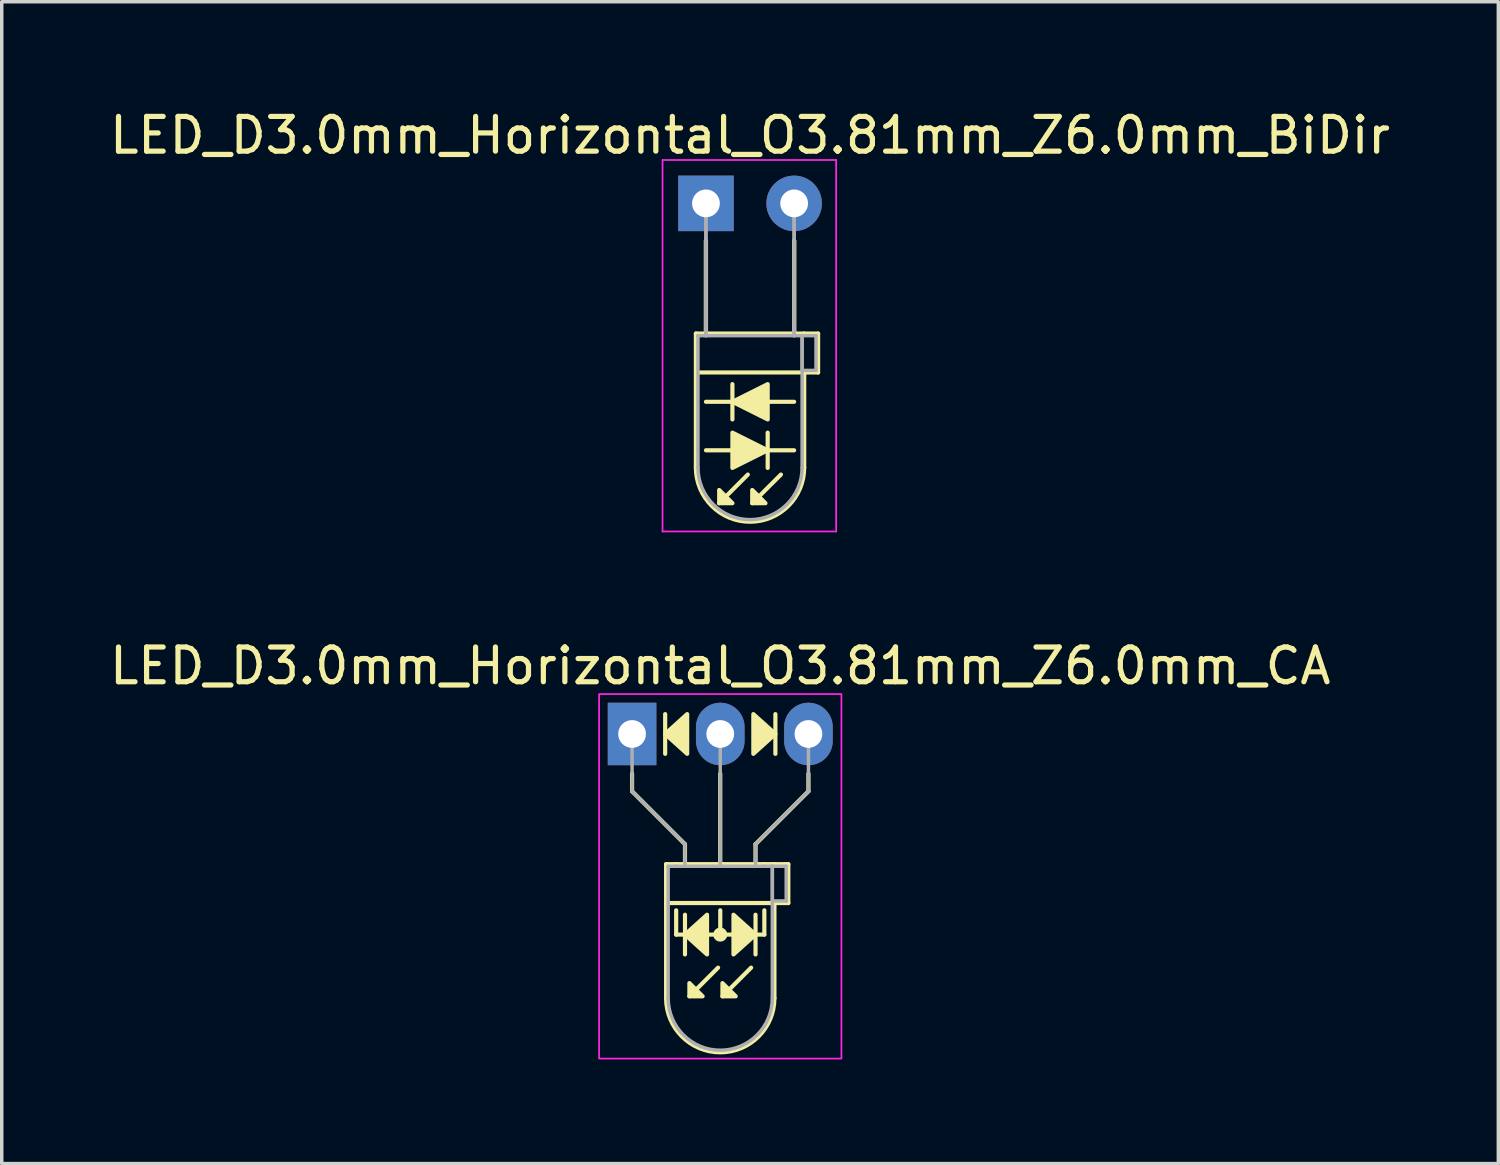
<source format=kicad_pcb>
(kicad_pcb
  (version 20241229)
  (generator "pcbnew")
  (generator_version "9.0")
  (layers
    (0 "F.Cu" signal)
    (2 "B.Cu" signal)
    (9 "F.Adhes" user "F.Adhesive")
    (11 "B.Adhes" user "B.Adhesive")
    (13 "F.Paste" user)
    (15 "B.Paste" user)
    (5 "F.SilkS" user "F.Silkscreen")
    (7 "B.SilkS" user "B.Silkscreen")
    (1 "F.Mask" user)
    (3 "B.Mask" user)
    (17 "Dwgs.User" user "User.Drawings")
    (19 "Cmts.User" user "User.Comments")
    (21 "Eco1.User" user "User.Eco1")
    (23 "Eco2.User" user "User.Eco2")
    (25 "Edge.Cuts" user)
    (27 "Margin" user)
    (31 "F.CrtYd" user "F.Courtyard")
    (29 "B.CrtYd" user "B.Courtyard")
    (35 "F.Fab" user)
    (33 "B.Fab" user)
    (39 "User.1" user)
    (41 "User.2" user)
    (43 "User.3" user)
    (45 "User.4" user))
  (footprint "LED_D3.0mm_Horizontal_O3.81mm_Z6.0mm_BiDir"
    (layer "F.Cu")
    (at 17.284 2.808)
    (property "Reference" "LED_D3.0mm_Horizontal_O3.81mm_Z6.0mm_BiDir" (at 1.27 -1.96 0) (layer "F.SilkS") (effects (font (size 1 1) (thickness 0.15))))
    (fp_line (start -0.29 3.75) (end -0.29 7.61) (stroke (width 0.12) (type solid)) (layer "F.SilkS"))
    (fp_line (start -0.29 3.75) (end 2.83 3.75) (stroke (width 0.12) (type solid)) (layer "F.SilkS"))
    (fp_line (start 0 1.08) (end 0 1.08) (stroke (width 0.12) (type solid)) (layer "F.SilkS"))
    (fp_line (start 0 1.08) (end 0 3.75) (stroke (width 0.12) (type solid)) (layer "F.SilkS"))
    (fp_line (start 0 3.75) (end 0 1.08) (stroke (width 0.12) (type solid)) (layer "F.SilkS"))
    (fp_line (start 0 3.75) (end 0 3.75) (stroke (width 0.12) (type solid)) (layer "F.SilkS"))
    (fp_line (start 0 7.112) (end 2.54 7.112) (stroke (width 0.12) (type solid)) (layer "F.SilkS"))
    (fp_line (start 0.762 5.207) (end 0.762 6.223) (stroke (width 0.12) (type solid)) (layer "F.SilkS"))
    (fp_line (start 1.206 7.811) (end 0.381 8.636) (stroke (width 0.12) (type solid)) (layer "F.SilkS"))
    (fp_line (start 1.778 7.62) (end 1.778 6.604) (stroke (width 0.12) (type solid)) (layer "F.SilkS"))
    (fp_line (start 2.159 7.811) (end 1.333 8.636) (stroke (width 0.12) (type solid)) (layer "F.SilkS"))
    (fp_line (start 2.54 1.08) (end 2.54 1.08) (stroke (width 0.12) (type solid)) (layer "F.SilkS"))
    (fp_line (start 2.54 1.08) (end 2.54 3.75) (stroke (width 0.12) (type solid)) (layer "F.SilkS"))
    (fp_line (start 2.54 3.75) (end 2.54 1.08) (stroke (width 0.12) (type solid)) (layer "F.SilkS"))
    (fp_line (start 2.54 3.75) (end 2.54 3.75) (stroke (width 0.12) (type solid)) (layer "F.SilkS"))
    (fp_line (start 2.54 5.715) (end 0 5.715) (stroke (width 0.12) (type solid)) (layer "F.SilkS"))
    (fp_line (start 2.83 3.75) (end 3.23 3.75) (stroke (width 0.12) (type solid)) (layer "F.SilkS"))
    (fp_line (start 2.83 4.87) (end 2.83 7.61) (stroke (width 0.12) (type solid)) (layer "F.SilkS"))
    (fp_line (start 3.23 3.75) (end 3.23 4.87) (stroke (width 0.12) (type solid)) (layer "F.SilkS"))
    (fp_line (start 3.23 4.87) (end -0.254 4.87) (stroke (width 0.12) (type solid)) (layer "F.SilkS"))
    (fp_arc (start 2.83 7.61) (mid 1.27 9.17) (end -0.29 7.61) (stroke (width 0.12) (type solid)) (layer "F.SilkS"))
    (fp_poly (pts (xy 0.381 8.255) (xy 0.762 8.636) (xy 0.381 8.636)) (stroke (width 0.12) (type solid)) (fill yes) (layer "F.SilkS"))
    (fp_poly (pts (xy 0.762 6.604) (xy 1.778 7.112) (xy 0.762 7.62)) (stroke (width 0.12) (type solid)) (fill yes) (layer "F.SilkS"))
    (fp_poly (pts (xy 1.333 8.255) (xy 1.714 8.636) (xy 1.333 8.636)) (stroke (width 0.12) (type solid)) (fill yes) (layer "F.SilkS"))
    (fp_poly (pts (xy 1.778 6.223) (xy 0.762 5.715) (xy 1.778 5.207)) (stroke (width 0.12) (type solid)) (fill yes) (layer "F.SilkS"))
    (fp_line (start -1.25 -1.25) (end -1.25 9.45) (stroke (width 0.05) (type solid)) (layer "F.CrtYd"))
    (fp_line (start -1.25 9.45) (end 3.75 9.45) (stroke (width 0.05) (type solid)) (layer "F.CrtYd"))
    (fp_line (start 3.75 -1.25) (end -1.25 -1.25) (stroke (width 0.05) (type solid)) (layer "F.CrtYd"))
    (fp_line (start 3.75 9.45) (end 3.75 -1.25) (stroke (width 0.05) (type solid)) (layer "F.CrtYd"))
    (fp_line (start -0.23 3.81) (end -0.23 7.61) (stroke (width 0.1) (type solid)) (layer "F.Fab"))
    (fp_line (start -0.23 3.81) (end 2.77 3.81) (stroke (width 0.1) (type solid)) (layer "F.Fab"))
    (fp_line (start 0 0) (end 0 0) (stroke (width 0.1) (type solid)) (layer "F.Fab"))
    (fp_line (start 0 0) (end 0 3.81) (stroke (width 0.1) (type solid)) (layer "F.Fab"))
    (fp_line (start 0 3.81) (end 0 0) (stroke (width 0.1) (type solid)) (layer "F.Fab"))
    (fp_line (start 0 3.81) (end 0 3.81) (stroke (width 0.1) (type solid)) (layer "F.Fab"))
    (fp_line (start 2.54 0) (end 2.54 0) (stroke (width 0.1) (type solid)) (layer "F.Fab"))
    (fp_line (start 2.54 0) (end 2.54 3.81) (stroke (width 0.1) (type solid)) (layer "F.Fab"))
    (fp_line (start 2.54 3.81) (end 2.54 0) (stroke (width 0.1) (type solid)) (layer "F.Fab"))
    (fp_line (start 2.54 3.81) (end 2.54 3.81) (stroke (width 0.1) (type solid)) (layer "F.Fab"))
    (fp_line (start 2.77 3.81) (end 2.77 7.61) (stroke (width 0.1) (type solid)) (layer "F.Fab"))
    (fp_line (start 2.77 3.81) (end 3.17 3.81) (stroke (width 0.1) (type solid)) (layer "F.Fab"))
    (fp_line (start 2.77 4.81) (end 2.77 3.81) (stroke (width 0.1) (type solid)) (layer "F.Fab"))
    (fp_line (start 3.17 3.81) (end 3.17 4.81) (stroke (width 0.1) (type solid)) (layer "F.Fab"))
    (fp_line (start 3.17 4.81) (end 2.77 4.81) (stroke (width 0.1) (type solid)) (layer "F.Fab"))
    (fp_arc (start 2.77 7.61) (mid 1.27 9.11) (end -0.23 7.61) (stroke (width 0.1) (type solid)) (layer "F.Fab"))
    (pad "1" thru_hole rect (at 0 0) (size 1.6 1.6) (drill 0.8) (layers "*.Cu" "*.Mask"))
    (pad "2" thru_hole circle (at 2.54 0) (size 1.6 1.6) (drill 0.8) (layers "*.Cu" "*.Mask")))
  (footprint "LED_D3.0mm_Horizontal_O3.81mm_Z6.0mm_CA"
    (layer "F.Cu")
    (at 15.156 18.091)
    (property "Reference" "LED_D3.0mm_Horizontal_O3.81mm_Z6.0mm_CA" (at 2.54 -1.96 0) (layer "F.SilkS") (effects (font (size 1 1) (thickness 0.15))))
    (fp_line (start 0 1.143) (end 0 1.651) (stroke (width 0.12) (type default)) (layer "F.SilkS"))
    (fp_line (start 0 1.651) (end 1.524 3.175) (stroke (width 0.12) (type default)) (layer "F.SilkS"))
    (fp_line (start 0.953 -0.572) (end 0.953 0.572) (stroke (width 0.12) (type solid)) (layer "F.SilkS"))
    (fp_line (start 0.98 3.75) (end 0.98 7.61) (stroke (width 0.12) (type solid)) (layer "F.SilkS"))
    (fp_line (start 0.98 3.75) (end 4.1 3.75) (stroke (width 0.12) (type solid)) (layer "F.SilkS"))
    (fp_line (start 1.27 3.75) (end 1.27 3.75) (stroke (width 0.12) (type solid)) (layer "F.SilkS"))
    (fp_line (start 1.27 5.779) (end 1.27 5.08) (stroke (width 0.12) (type default)) (layer "F.SilkS"))
    (fp_line (start 1.524 3.175) (end 1.524 3.683) (stroke (width 0.12) (type default)) (layer "F.SilkS"))
    (fp_line (start 1.524 5.207) (end 1.524 6.35) (stroke (width 0.12) (type solid)) (layer "F.SilkS"))
    (fp_line (start 2.477 6.731) (end 1.651 7.556) (stroke (width 0.12) (type solid)) (layer "F.SilkS"))
    (fp_line (start 2.54 3.75) (end 2.54 1.143) (stroke (width 0.12) (type default)) (layer "F.SilkS"))
    (fp_line (start 2.54 5.779) (end 2.54 5.08) (stroke (width 0.12) (type default)) (layer "F.SilkS"))
    (fp_line (start 3.429 6.731) (end 2.603 7.556) (stroke (width 0.12) (type solid)) (layer "F.SilkS"))
    (fp_line (start 3.556 3.175) (end 3.556 3.683) (stroke (width 0.12) (type default)) (layer "F.SilkS"))
    (fp_line (start 3.556 6.35) (end 3.556 5.207) (stroke (width 0.12) (type solid)) (layer "F.SilkS"))
    (fp_line (start 3.81 3.75) (end 3.81 3.75) (stroke (width 0.12) (type solid)) (layer "F.SilkS"))
    (fp_line (start 3.81 5.779) (end 1.27 5.779) (stroke (width 0.12) (type default)) (layer "F.SilkS"))
    (fp_line (start 3.81 5.779) (end 3.81 5.08) (stroke (width 0.12) (type default)) (layer "F.SilkS"))
    (fp_line (start 4.1 3.75) (end 4.5 3.75) (stroke (width 0.12) (type solid)) (layer "F.SilkS"))
    (fp_line (start 4.1 4.87) (end 4.1 7.61) (stroke (width 0.12) (type solid)) (layer "F.SilkS"))
    (fp_line (start 4.128 0.572) (end 4.128 -0.572) (stroke (width 0.12) (type solid)) (layer "F.SilkS"))
    (fp_line (start 4.5 3.75) (end 4.5 4.87) (stroke (width 0.12) (type solid)) (layer "F.SilkS"))
    (fp_line (start 4.5 4.87) (end 1.016 4.87) (stroke (width 0.12) (type solid)) (layer "F.SilkS"))
    (fp_line (start 5.08 1.143) (end 5.08 1.651) (stroke (width 0.12) (type default)) (layer "F.SilkS"))
    (fp_line (start 5.08 1.651) (end 3.556 3.175) (stroke (width 0.12) (type default)) (layer "F.SilkS"))
    (fp_arc (start 4.1 7.61) (mid 2.54 9.17) (end 0.98 7.61) (stroke (width 0.12) (type solid)) (layer "F.SilkS"))
    (fp_circle (center 2.54 5.779) (end 2.682 5.779) (stroke (width 0.12) (type solid)) (fill yes) (layer "F.SilkS"))
    (fp_poly (pts (xy 1.587 0.572) (xy 0.953 0) (xy 1.587 -0.572)) (stroke (width 0.12) (type solid)) (fill yes) (layer "F.SilkS"))
    (fp_poly (pts (xy 1.651 7.176) (xy 2.032 7.556) (xy 1.651 7.556)) (stroke (width 0.12) (type solid)) (fill yes) (layer "F.SilkS"))
    (fp_poly (pts (xy 2.159 6.35) (xy 1.524 5.779) (xy 2.159 5.207)) (stroke (width 0.12) (type solid)) (fill yes) (layer "F.SilkS"))
    (fp_poly (pts (xy 2.603 7.176) (xy 2.985 7.556) (xy 2.603 7.556)) (stroke (width 0.12) (type solid)) (fill yes) (layer "F.SilkS"))
    (fp_poly (pts (xy 2.921 5.207) (xy 3.556 5.779) (xy 2.921 6.35)) (stroke (width 0.12) (type solid)) (fill yes) (layer "F.SilkS"))
    (fp_poly (pts (xy 3.493 -0.572) (xy 4.128 0) (xy 3.493 0.572)) (stroke (width 0.12) (type solid)) (fill yes) (layer "F.SilkS"))
    (fp_rect (start -0.95 -1.15) (end 6.03 9.35) (stroke (width 0.05) (type default)) (fill no) (layer "F.CrtYd"))
    (fp_line (start 0 0) (end 0 0) (stroke (width 0.1) (type solid)) (layer "F.Fab"))
    (fp_line (start 0 1.651) (end 0 0) (stroke (width 0.1) (type default)) (layer "F.Fab"))
    (fp_line (start 1.04 3.81) (end 1.04 7.61) (stroke (width 0.1) (type solid)) (layer "F.Fab"))
    (fp_line (start 1.04 3.81) (end 4.04 3.81) (stroke (width 0.1) (type solid)) (layer "F.Fab"))
    (fp_line (start 1.27 3.81) (end 1.27 3.81) (stroke (width 0.1) (type solid)) (layer "F.Fab"))
    (fp_line (start 1.524 3.175) (end 0 1.651) (stroke (width 0.1) (type default)) (layer "F.Fab"))
    (fp_line (start 1.524 3.81) (end 1.524 3.175) (stroke (width 0.1) (type default)) (layer "F.Fab"))
    (fp_line (start 2.54 0) (end 2.54 0) (stroke (width 0.1) (type solid)) (layer "F.Fab"))
    (fp_line (start 2.54 0) (end 2.54 3.81) (stroke (width 0.1) (type default)) (layer "F.Fab"))
    (fp_line (start 3.556 3.175) (end 5.08 1.651) (stroke (width 0.1) (type default)) (layer "F.Fab"))
    (fp_line (start 3.556 3.81) (end 3.556 3.175) (stroke (width 0.1) (type default)) (layer "F.Fab"))
    (fp_line (start 3.81 3.81) (end 3.81 3.81) (stroke (width 0.1) (type solid)) (layer "F.Fab"))
    (fp_line (start 4.04 3.81) (end 4.04 7.61) (stroke (width 0.1) (type solid)) (layer "F.Fab"))
    (fp_line (start 4.04 3.81) (end 4.44 3.81) (stroke (width 0.1) (type solid)) (layer "F.Fab"))
    (fp_line (start 4.04 4.81) (end 4.04 3.81) (stroke (width 0.1) (type solid)) (layer "F.Fab"))
    (fp_line (start 4.44 3.81) (end 4.44 4.81) (stroke (width 0.1) (type solid)) (layer "F.Fab"))
    (fp_line (start 4.44 4.81) (end 4.04 4.81) (stroke (width 0.1) (type solid)) (layer "F.Fab"))
    (fp_line (start 5.08 1.651) (end 5.08 0) (stroke (width 0.1) (type default)) (layer "F.Fab"))
    (fp_arc (start 4.04 7.61) (mid 2.54 9.11) (end 1.04 7.61) (stroke (width 0.1) (type solid)) (layer "F.Fab"))
    (pad "1" thru_hole rect (at 0 0) (size 1.4 1.8) (drill 0.8) (layers "*.Cu" "*.Mask"))
    (pad "2" thru_hole oval (at 2.54 0) (size 1.4 1.8) (drill 0.8) (layers "*.Cu" "*.Mask"))
    (pad "3" thru_hole oval (at 5.08 0) (size 1.4 1.8) (drill 0.8) (layers "*.Cu" "*.Mask")))
  (gr_rect
    (start -3 -3)
    (end 40.107 30.466)
    (stroke (width 0.1) (type default))
    (fill no)
    (layer "Edge.Cuts")))
</source>
